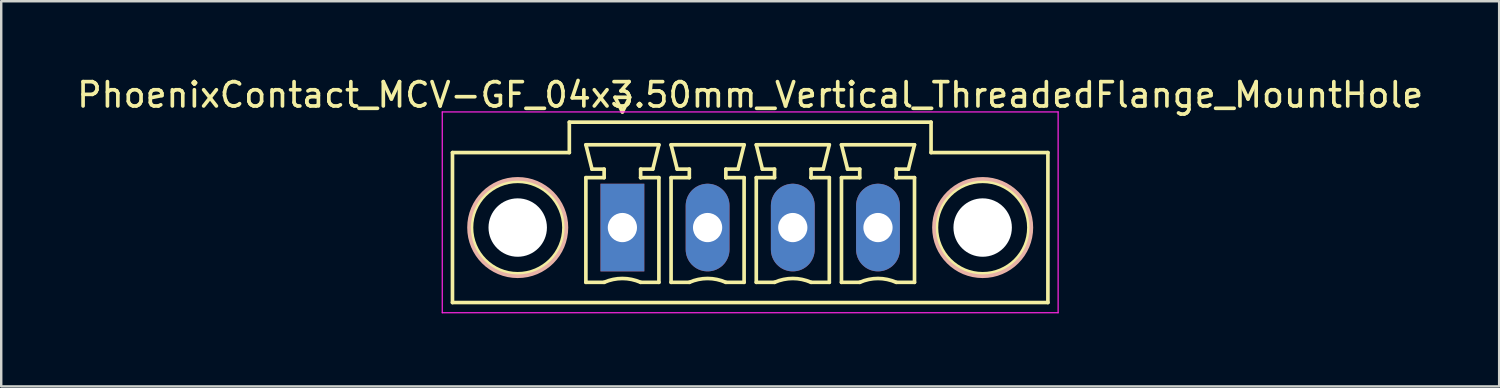
<source format=kicad_pcb>
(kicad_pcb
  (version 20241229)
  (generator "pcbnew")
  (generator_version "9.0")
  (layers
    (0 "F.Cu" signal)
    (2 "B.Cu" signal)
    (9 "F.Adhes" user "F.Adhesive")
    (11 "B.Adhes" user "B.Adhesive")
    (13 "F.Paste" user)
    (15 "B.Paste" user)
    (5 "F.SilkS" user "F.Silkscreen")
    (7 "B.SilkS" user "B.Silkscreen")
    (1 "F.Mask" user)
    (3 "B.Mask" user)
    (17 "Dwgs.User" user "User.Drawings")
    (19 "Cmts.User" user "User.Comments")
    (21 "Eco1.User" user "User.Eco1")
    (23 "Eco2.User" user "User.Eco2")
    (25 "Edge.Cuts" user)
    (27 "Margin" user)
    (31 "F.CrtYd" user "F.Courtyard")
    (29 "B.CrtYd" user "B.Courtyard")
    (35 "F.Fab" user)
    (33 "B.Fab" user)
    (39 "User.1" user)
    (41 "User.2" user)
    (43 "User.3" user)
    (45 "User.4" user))
  (footprint "PhoenixContact_MCV-GF_04x3.50mm_Vertical_ThreadedFlange_MountHole"
    (layer "F.Cu")
    (at 22.518 6.298)
    (property "Reference" "PhoenixContact_MCV-GF_04x3.50mm_Vertical_ThreadedFlange_MountHole" (at 5.25 -5.45 0) (layer "F.SilkS") (effects (font (size 1 1) (thickness 0.15))))
    (attr through_hole)
    (fp_line (start -6.98 -3.08) (end -6.98 3.08) (stroke (width 0.15) (type solid)) (layer "F.SilkS"))
    (fp_line (start -6.98 3.08) (end 17.48 3.08) (stroke (width 0.15) (type solid)) (layer "F.SilkS"))
    (fp_line (start -2.18 -4.33) (end -2.18 -3.08) (stroke (width 0.15) (type solid)) (layer "F.SilkS"))
    (fp_line (start -2.18 -3.08) (end -6.98 -3.08) (stroke (width 0.15) (type solid)) (layer "F.SilkS"))
    (fp_line (start -1.5 -3.4) (end 1.5 -3.4) (stroke (width 0.15) (type solid)) (layer "F.SilkS"))
    (fp_line (start -1.5 -2.05) (end -0.75 -2.05) (stroke (width 0.15) (type solid)) (layer "F.SilkS"))
    (fp_line (start -1.5 2.25) (end -1.5 -2.05) (stroke (width 0.15) (type solid)) (layer "F.SilkS"))
    (fp_line (start -1.25 -2.4) (end -1.5 -3.4) (stroke (width 0.15) (type solid)) (layer "F.SilkS"))
    (fp_line (start -0.75 -2.4) (end -1.25 -2.4) (stroke (width 0.15) (type solid)) (layer "F.SilkS"))
    (fp_line (start -0.75 -2.05) (end -0.75 -2.4) (stroke (width 0.15) (type solid)) (layer "F.SilkS"))
    (fp_line (start -0.75 2.25) (end -1.5 2.25) (stroke (width 0.15) (type solid)) (layer "F.SilkS"))
    (fp_line (start -0.3 -5.35) (end 0 -4.75) (stroke (width 0.15) (type solid)) (layer "F.SilkS"))
    (fp_line (start 0 -4.75) (end 0.3 -5.35) (stroke (width 0.15) (type solid)) (layer "F.SilkS"))
    (fp_line (start 0.3 -5.35) (end -0.3 -5.35) (stroke (width 0.15) (type solid)) (layer "F.SilkS"))
    (fp_line (start 0.75 -2.4) (end 0.75 -2.05) (stroke (width 0.15) (type solid)) (layer "F.SilkS"))
    (fp_line (start 0.75 -2.05) (end 0.75 -2.05) (stroke (width 0.15) (type solid)) (layer "F.SilkS"))
    (fp_line (start 0.75 -2.05) (end 1.5 -2.05) (stroke (width 0.15) (type solid)) (layer "F.SilkS"))
    (fp_line (start 1.25 -2.4) (end 0.75 -2.4) (stroke (width 0.15) (type solid)) (layer "F.SilkS"))
    (fp_line (start 1.5 -3.4) (end 1.25 -2.4) (stroke (width 0.15) (type solid)) (layer "F.SilkS"))
    (fp_line (start 1.5 -2.05) (end 1.5 2.25) (stroke (width 0.15) (type solid)) (layer "F.SilkS"))
    (fp_line (start 1.5 2.25) (end 0.75 2.25) (stroke (width 0.15) (type solid)) (layer "F.SilkS"))
    (fp_line (start 2 -3.4) (end 5 -3.4) (stroke (width 0.15) (type solid)) (layer "F.SilkS"))
    (fp_line (start 2 -2.05) (end 2.75 -2.05) (stroke (width 0.15) (type solid)) (layer "F.SilkS"))
    (fp_line (start 2 2.25) (end 2 -2.05) (stroke (width 0.15) (type solid)) (layer "F.SilkS"))
    (fp_line (start 2.25 -2.4) (end 2 -3.4) (stroke (width 0.15) (type solid)) (layer "F.SilkS"))
    (fp_line (start 2.75 -2.4) (end 2.25 -2.4) (stroke (width 0.15) (type solid)) (layer "F.SilkS"))
    (fp_line (start 2.75 -2.05) (end 2.75 -2.4) (stroke (width 0.15) (type solid)) (layer "F.SilkS"))
    (fp_line (start 2.75 2.25) (end 2 2.25) (stroke (width 0.15) (type solid)) (layer "F.SilkS"))
    (fp_line (start 4.25 -2.4) (end 4.25 -2.05) (stroke (width 0.15) (type solid)) (layer "F.SilkS"))
    (fp_line (start 4.25 -2.05) (end 4.25 -2.05) (stroke (width 0.15) (type solid)) (layer "F.SilkS"))
    (fp_line (start 4.25 -2.05) (end 5 -2.05) (stroke (width 0.15) (type solid)) (layer "F.SilkS"))
    (fp_line (start 4.75 -2.4) (end 4.25 -2.4) (stroke (width 0.15) (type solid)) (layer "F.SilkS"))
    (fp_line (start 5 -3.4) (end 4.75 -2.4) (stroke (width 0.15) (type solid)) (layer "F.SilkS"))
    (fp_line (start 5 -2.05) (end 5 2.25) (stroke (width 0.15) (type solid)) (layer "F.SilkS"))
    (fp_line (start 5 2.25) (end 4.25 2.25) (stroke (width 0.15) (type solid)) (layer "F.SilkS"))
    (fp_line (start 5.5 -3.4) (end 8.5 -3.4) (stroke (width 0.15) (type solid)) (layer "F.SilkS"))
    (fp_line (start 5.5 -2.05) (end 6.25 -2.05) (stroke (width 0.15) (type solid)) (layer "F.SilkS"))
    (fp_line (start 5.5 2.25) (end 5.5 -2.05) (stroke (width 0.15) (type solid)) (layer "F.SilkS"))
    (fp_line (start 5.75 -2.4) (end 5.5 -3.4) (stroke (width 0.15) (type solid)) (layer "F.SilkS"))
    (fp_line (start 6.25 -2.4) (end 5.75 -2.4) (stroke (width 0.15) (type solid)) (layer "F.SilkS"))
    (fp_line (start 6.25 -2.05) (end 6.25 -2.4) (stroke (width 0.15) (type solid)) (layer "F.SilkS"))
    (fp_line (start 6.25 2.25) (end 5.5 2.25) (stroke (width 0.15) (type solid)) (layer "F.SilkS"))
    (fp_line (start 7.75 -2.4) (end 7.75 -2.05) (stroke (width 0.15) (type solid)) (layer "F.SilkS"))
    (fp_line (start 7.75 -2.05) (end 7.75 -2.05) (stroke (width 0.15) (type solid)) (layer "F.SilkS"))
    (fp_line (start 7.75 -2.05) (end 8.5 -2.05) (stroke (width 0.15) (type solid)) (layer "F.SilkS"))
    (fp_line (start 8.25 -2.4) (end 7.75 -2.4) (stroke (width 0.15) (type solid)) (layer "F.SilkS"))
    (fp_line (start 8.5 -3.4) (end 8.25 -2.4) (stroke (width 0.15) (type solid)) (layer "F.SilkS"))
    (fp_line (start 8.5 -2.05) (end 8.5 2.25) (stroke (width 0.15) (type solid)) (layer "F.SilkS"))
    (fp_line (start 8.5 2.25) (end 7.75 2.25) (stroke (width 0.15) (type solid)) (layer "F.SilkS"))
    (fp_line (start 9 -3.4) (end 12 -3.4) (stroke (width 0.15) (type solid)) (layer "F.SilkS"))
    (fp_line (start 9 -2.05) (end 9.75 -2.05) (stroke (width 0.15) (type solid)) (layer "F.SilkS"))
    (fp_line (start 9 2.25) (end 9 -2.05) (stroke (width 0.15) (type solid)) (layer "F.SilkS"))
    (fp_line (start 9.25 -2.4) (end 9 -3.4) (stroke (width 0.15) (type solid)) (layer "F.SilkS"))
    (fp_line (start 9.75 -2.4) (end 9.25 -2.4) (stroke (width 0.15) (type solid)) (layer "F.SilkS"))
    (fp_line (start 9.75 -2.05) (end 9.75 -2.4) (stroke (width 0.15) (type solid)) (layer "F.SilkS"))
    (fp_line (start 9.75 2.25) (end 9 2.25) (stroke (width 0.15) (type solid)) (layer "F.SilkS"))
    (fp_line (start 11.25 -2.4) (end 11.25 -2.05) (stroke (width 0.15) (type solid)) (layer "F.SilkS"))
    (fp_line (start 11.25 -2.05) (end 11.25 -2.05) (stroke (width 0.15) (type solid)) (layer "F.SilkS"))
    (fp_line (start 11.25 -2.05) (end 12 -2.05) (stroke (width 0.15) (type solid)) (layer "F.SilkS"))
    (fp_line (start 11.75 -2.4) (end 11.25 -2.4) (stroke (width 0.15) (type solid)) (layer "F.SilkS"))
    (fp_line (start 12 -3.4) (end 11.75 -2.4) (stroke (width 0.15) (type solid)) (layer "F.SilkS"))
    (fp_line (start 12 -2.05) (end 12 2.25) (stroke (width 0.15) (type solid)) (layer "F.SilkS"))
    (fp_line (start 12 2.25) (end 11.25 2.25) (stroke (width 0.15) (type solid)) (layer "F.SilkS"))
    (fp_line (start 12.68 -4.33) (end -2.18 -4.33) (stroke (width 0.15) (type solid)) (layer "F.SilkS"))
    (fp_line (start 12.68 -3.08) (end 12.68 -4.33) (stroke (width 0.15) (type solid)) (layer "F.SilkS"))
    (fp_line (start 17.48 -3.08) (end 12.68 -3.08) (stroke (width 0.15) (type solid)) (layer "F.SilkS"))
    (fp_line (start 17.48 3.08) (end 17.48 -3.08) (stroke (width 0.15) (type solid)) (layer "F.SilkS"))
    (fp_arc (start -0.75 2.25) (mid -0.000193 2.09191) (end 0.749647 2.249844) (stroke (width 0.15) (type solid)) (layer "F.SilkS"))
    (fp_arc (start 2.75 2.25) (mid 3.499807 2.09191) (end 4.249647 2.249844) (stroke (width 0.15) (type solid)) (layer "F.SilkS"))
    (fp_arc (start 6.25 2.25) (mid 6.999807 2.09191) (end 7.749647 2.249844) (stroke (width 0.15) (type solid)) (layer "F.SilkS"))
    (fp_arc (start 9.75 2.25) (mid 10.499807 2.09191) (end 11.249647 2.249844) (stroke (width 0.15) (type solid)) (layer "F.SilkS"))
    (fp_circle (center -4.3 0) (end -2.4 0) (stroke (width 0.15) (type solid)) (fill no) (layer "F.SilkS"))
    (fp_circle (center 14.8 0) (end 16.7 0) (stroke (width 0.15) (type solid)) (fill no) (layer "F.SilkS"))
    (fp_circle (center -4.3 0) (end -2.3 0) (stroke (width 0.15) (type solid)) (fill no) (layer "B.SilkS"))
    (fp_circle (center 14.8 0) (end 16.8 0) (stroke (width 0.15) (type solid)) (fill no) (layer "B.SilkS"))
    (fp_line (start -7.4 -4.75) (end -7.4 3.5) (stroke (width 0.05) (type solid)) (layer "F.CrtYd"))
    (fp_line (start -7.4 3.5) (end 17.9 3.5) (stroke (width 0.05) (type solid)) (layer "F.CrtYd"))
    (fp_line (start 17.9 -4.75) (end -7.4 -4.75) (stroke (width 0.05) (type solid)) (layer "F.CrtYd"))
    (fp_line (start 17.9 3.5) (end 17.9 -4.75) (stroke (width 0.05) (type solid)) (layer "F.CrtYd"))
    (pad "" np_thru_hole circle (at -4.3 0) (size 2.4 2.4) (drill 2.4) (layers "*.Cu" "*.Mask"))
    (pad "" np_thru_hole circle (at 14.8 0) (size 2.4 2.4) (drill 2.4) (layers "*.Cu" "*.Mask"))
    (pad "1" thru_hole rect (at 0 0) (size 1.8 3.6) (drill 1.2) (layers "*.Cu" "*.Mask"))
    (pad "2" thru_hole oval (at 3.5 0) (size 1.8 3.6) (drill 1.2) (layers "*.Cu" "*.Mask"))
    (pad "3" thru_hole oval (at 7 0) (size 1.8 3.6) (drill 1.2) (layers "*.Cu" "*.Mask"))
    (pad "4" thru_hole oval (at 10.5 0) (size 1.8 3.6) (drill 1.2) (layers "*.Cu" "*.Mask")))
  (gr_rect
    (start -3 -3)
    (end 58.536 12.823)
    (stroke (width 0.1) (type default))
    (fill no)
    (layer "Edge.Cuts")))
</source>
